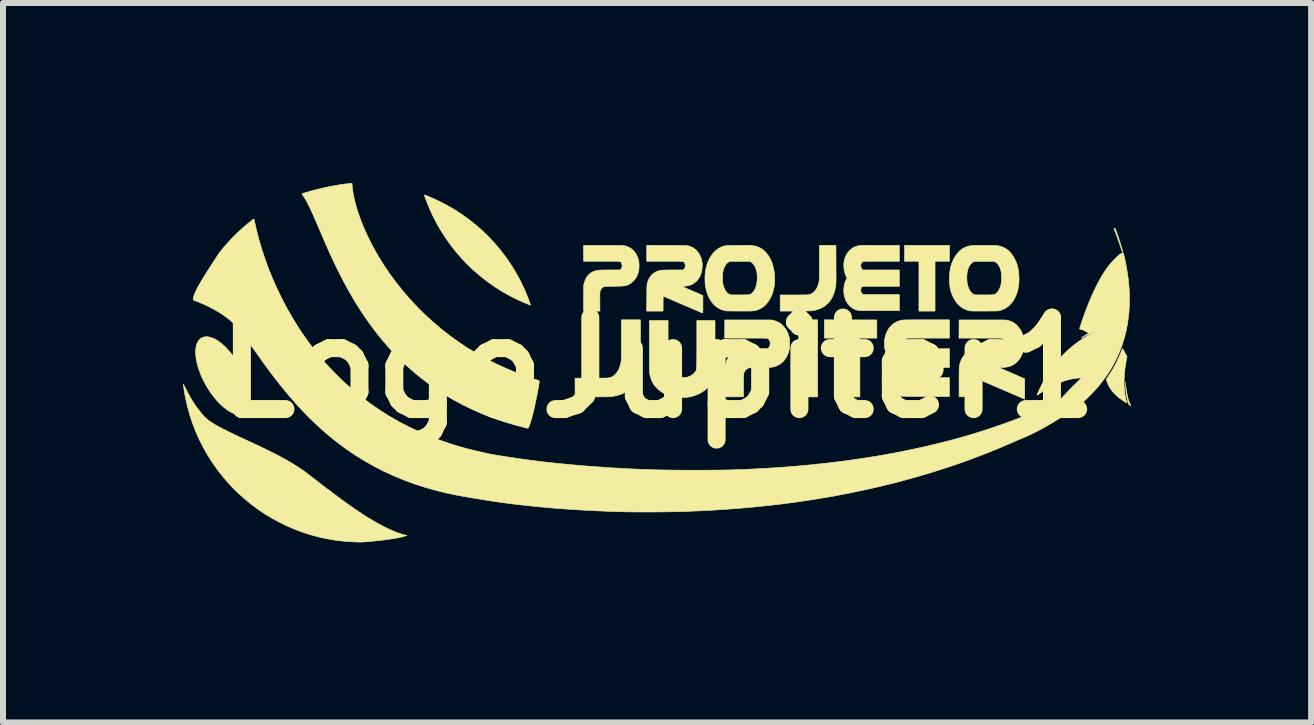
<source format=kicad_pcb>
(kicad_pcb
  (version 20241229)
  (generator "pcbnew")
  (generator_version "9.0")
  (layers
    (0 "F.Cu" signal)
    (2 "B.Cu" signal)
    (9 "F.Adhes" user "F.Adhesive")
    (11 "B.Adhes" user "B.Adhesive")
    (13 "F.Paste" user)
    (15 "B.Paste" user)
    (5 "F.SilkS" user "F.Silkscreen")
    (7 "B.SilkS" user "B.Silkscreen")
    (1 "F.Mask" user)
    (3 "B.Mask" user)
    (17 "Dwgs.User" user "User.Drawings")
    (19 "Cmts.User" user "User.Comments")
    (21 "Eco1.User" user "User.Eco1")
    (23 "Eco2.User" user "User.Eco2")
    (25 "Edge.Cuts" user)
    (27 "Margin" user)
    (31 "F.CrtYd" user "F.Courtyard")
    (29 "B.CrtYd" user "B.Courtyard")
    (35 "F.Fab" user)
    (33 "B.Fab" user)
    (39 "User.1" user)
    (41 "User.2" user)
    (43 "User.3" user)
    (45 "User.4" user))
  (footprint "LogoJupiter1"
    (layer "F.Cu")
    (at 7.911 3.077)
    (property "Reference" "LogoJupiter1" (at 0 0 0) (layer "F.SilkS") (effects (font (size 1.524 1.524) (thickness 0.3))))
    (attr through_hole)
    (fp_poly (pts (xy 2.663 0.486) (xy 2.348 0.486) (xy 2.348 -0.798) (xy 2.663 -0.798) (xy 2.663 0.486)) (stroke (width 0.01) (type solid)) (fill yes) (layer "F.SilkS"))
    (fp_poly (pts (xy 4.859 -1.774) (xy 4.619 -1.774) (xy 4.619 -0.943) (xy 4.351 -0.943) (xy 4.351 -1.774) (xy 4.111 -1.774) (xy 4.111 -2.039) (xy 4.859 -2.039) (xy 4.859 -1.774)) (stroke (width 0.01) (type solid)) (fill yes) (layer "F.SilkS"))
    (fp_poly (pts (xy 7.793 0.244) (xy 7.794 0.255) (xy 7.793 0.262) (xy 7.792 0.264) (xy 7.792 0.259) (xy 7.792 0.252) (xy 7.792 0.244) (xy 7.793 0.242) (xy 7.793 0.244)) (stroke (width 0.01) (type solid)) (fill yes) (layer "F.SilkS"))
    (fp_poly (pts (xy 3.212 -0.797) (xy 3.649 -0.796) (xy 3.65 -0.493) (xy 3.367 -0.493) (xy 3.367 0.486) (xy 3.055 0.486) (xy 3.055 -0.493) (xy 2.776 -0.493) (xy 2.776 -0.798) (xy 3.212 -0.797)) (stroke (width 0.01) (type solid)) (fill yes) (layer "F.SilkS"))
    (fp_poly (pts (xy 7.798 0.305) (xy 7.804 0.356) (xy 7.812 0.405) (xy 7.821 0.452) (xy 7.831 0.496) (xy 7.842 0.535) (xy 7.853 0.568) (xy 7.86 0.584) (xy 7.87 0.605) (xy 7.876 0.62) (xy 7.88 0.628) (xy 7.88 0.631) (xy 7.877 0.63) (xy 7.869 0.626) (xy 7.864 0.623) (xy 7.854 0.617) (xy 7.848 0.61) (xy 7.843 0.599) (xy 7.841 0.595) (xy 7.832 0.568) (xy 7.824 0.535) (xy 7.816 0.498) (xy 7.809 0.459) (xy 7.803 0.418) (xy 7.798 0.379) (xy 7.796 0.342) (xy 7.795 0.308) (xy 7.795 0.305) (xy 7.795 0.274) (xy 7.798 0.305)) (stroke (width 0.01) (type solid)) (fill yes) (layer "F.SilkS"))
    (fp_poly (pts (xy 7.619 -2.323) (xy 7.623 -2.313) (xy 7.629 -2.298) (xy 7.637 -2.278) (xy 7.646 -2.255) (xy 7.655 -2.228) (xy 7.665 -2.199) (xy 7.676 -2.168) (xy 7.686 -2.136) (xy 7.696 -2.104) (xy 7.706 -2.073) (xy 7.716 -2.043) (xy 7.724 -2.015) (xy 7.732 -1.99) (xy 7.737 -1.969) (xy 7.742 -1.952) (xy 7.744 -1.94) (xy 7.745 -1.934) (xy 7.744 -1.933) (xy 7.74 -1.933) (xy 7.738 -1.937) (xy 7.736 -1.942) (xy 7.732 -1.953) (xy 7.727 -1.969) (xy 7.72 -1.988) (xy 7.713 -2.01) (xy 7.709 -2.021) (xy 7.695 -2.061) (xy 7.681 -2.101) (xy 7.667 -2.141) (xy 7.653 -2.179) (xy 7.641 -2.214) (xy 7.629 -2.245) (xy 7.619 -2.27) (xy 7.614 -2.282) (xy 7.608 -2.298) (xy 7.604 -2.309) (xy 7.602 -2.315) (xy 7.602 -2.319) (xy 7.604 -2.322) (xy 7.606 -2.322) (xy 7.613 -2.325) (xy 7.616 -2.326) (xy 7.619 -2.323)) (stroke (width 0.01) (type solid)) (fill yes) (layer "F.SilkS"))
    (fp_poly (pts (xy 7.746 -0.316) (xy 7.751 -0.308) (xy 7.758 -0.295) (xy 7.767 -0.278) (xy 7.778 -0.259) (xy 7.782 -0.251) (xy 7.819 -0.183) (xy 7.814 -0.163) (xy 7.81 -0.147) (xy 7.806 -0.125) (xy 7.801 -0.098) (xy 7.796 -0.069) (xy 7.791 -0.037) (xy 7.787 -0.006) (xy 7.783 0.024) (xy 7.775 0.113) (xy 7.77 0.2) (xy 7.77 0.283) (xy 7.774 0.363) (xy 7.783 0.438) (xy 7.795 0.508) (xy 7.803 0.541) (xy 7.807 0.558) (xy 7.811 0.573) (xy 7.813 0.583) (xy 7.814 0.588) (xy 7.814 0.588) (xy 7.811 0.586) (xy 7.804 0.582) (xy 7.801 0.58) (xy 7.765 0.557) (xy 7.734 0.537) (xy 7.706 0.517) (xy 7.68 0.497) (xy 7.655 0.476) (xy 7.642 0.465) (xy 7.605 0.429) (xy 7.572 0.39) (xy 7.542 0.349) (xy 7.517 0.307) (xy 7.496 0.264) (xy 7.481 0.223) (xy 7.474 0.196) (xy 7.476 0.191) (xy 7.481 0.181) (xy 7.489 0.168) (xy 7.499 0.153) (xy 7.501 0.15) (xy 7.521 0.121) (xy 7.543 0.087) (xy 7.565 0.05) (xy 7.588 0.011) (xy 7.609 -0.026) (xy 7.629 -0.062) (xy 7.638 -0.08) (xy 7.65 -0.105) (xy 7.664 -0.134) (xy 7.678 -0.165) (xy 7.692 -0.196) (xy 7.706 -0.227) (xy 7.717 -0.255) (xy 7.727 -0.28) (xy 7.733 -0.295) (xy 7.737 -0.307) (xy 7.741 -0.316) (xy 7.743 -0.319) (xy 7.743 -0.319) (xy 7.746 -0.316)) (stroke (width 0.01) (type solid)) (fill yes) (layer "F.SilkS"))
    (fp_poly (pts (xy -7.494 -0.515) (xy -7.452 -0.506) (xy -7.408 -0.49) (xy -7.363 -0.468) (xy -7.317 -0.439) (xy -7.271 -0.404) (xy -7.225 -0.364) (xy -7.179 -0.318) (xy -7.134 -0.267) (xy -7.089 -0.211) (xy -7.046 -0.151) (xy -7.031 -0.128) (xy -6.98 -0.045) (xy -6.934 0.041) (xy -6.894 0.128) (xy -6.86 0.215) (xy -6.833 0.302) (xy -6.813 0.388) (xy -6.81 0.404) (xy -6.807 0.422) (xy -6.805 0.438) (xy -6.803 0.456) (xy -6.803 0.476) (xy -6.802 0.501) (xy -6.802 0.524) (xy -6.802 0.551) (xy -6.802 0.572) (xy -6.803 0.588) (xy -6.804 0.601) (xy -6.806 0.613) (xy -6.808 0.624) (xy -6.81 0.632) (xy -6.823 0.671) (xy -6.839 0.705) (xy -6.86 0.732) (xy -6.884 0.754) (xy -6.912 0.769) (xy -6.927 0.774) (xy -6.951 0.779) (xy -6.979 0.78) (xy -7.008 0.778) (xy -7.036 0.772) (xy -7.042 0.771) (xy -7.086 0.755) (xy -7.13 0.732) (xy -7.176 0.703) (xy -7.222 0.668) (xy -7.268 0.628) (xy -7.314 0.583) (xy -7.36 0.533) (xy -7.404 0.479) (xy -7.447 0.422) (xy -7.487 0.361) (xy -7.526 0.297) (xy -7.562 0.231) (xy -7.573 0.209) (xy -7.604 0.143) (xy -7.63 0.077) (xy -7.653 0.014) (xy -7.671 -0.048) (xy -7.685 -0.108) (xy -7.695 -0.166) (xy -7.7 -0.22) (xy -7.701 -0.271) (xy -7.698 -0.319) (xy -7.691 -0.362) (xy -7.679 -0.401) (xy -7.663 -0.435) (xy -7.642 -0.464) (xy -7.636 -0.471) (xy -7.611 -0.491) (xy -7.582 -0.506) (xy -7.551 -0.514) (xy -7.517 -0.517) (xy -7.494 -0.515)) (stroke (width 0.01) (type solid)) (fill yes) (layer "F.SilkS"))
    (fp_poly (pts (xy 2.969 -1.775) (xy 2.969 -1.715) (xy 2.969 -1.661) (xy 2.97 -1.614) (xy 2.97 -1.572) (xy 2.97 -1.536) (xy 2.97 -1.505) (xy 2.97 -1.478) (xy 2.969 -1.455) (xy 2.969 -1.436) (xy 2.969 -1.42) (xy 2.968 -1.406) (xy 2.967 -1.394) (xy 2.967 -1.384) (xy 2.966 -1.375) (xy 2.965 -1.367) (xy 2.963 -1.359) (xy 2.962 -1.351) (xy 2.961 -1.345) (xy 2.949 -1.286) (xy 2.932 -1.232) (xy 2.912 -1.183) (xy 2.887 -1.139) (xy 2.857 -1.099) (xy 2.84 -1.08) (xy 2.805 -1.046) (xy 2.767 -1.018) (xy 2.725 -0.995) (xy 2.679 -0.975) (xy 2.627 -0.96) (xy 2.592 -0.952) (xy 2.585 -0.951) (xy 2.577 -0.95) (xy 2.568 -0.949) (xy 2.557 -0.948) (xy 2.543 -0.947) (xy 2.526 -0.947) (xy 2.506 -0.946) (xy 2.481 -0.946) (xy 2.452 -0.945) (xy 2.417 -0.945) (xy 2.377 -0.945) (xy 2.33 -0.945) (xy 2.3 -0.944) (xy 2.039 -0.943) (xy 2.039 -1.212) (xy 2.262 -1.212) (xy 2.304 -1.212) (xy 2.344 -1.212) (xy 2.381 -1.213) (xy 2.415 -1.213) (xy 2.445 -1.213) (xy 2.47 -1.214) (xy 2.49 -1.214) (xy 2.503 -1.215) (xy 2.509 -1.216) (xy 2.542 -1.224) (xy 2.572 -1.239) (xy 2.599 -1.259) (xy 2.624 -1.286) (xy 2.646 -1.318) (xy 2.663 -1.355) (xy 2.677 -1.397) (xy 2.687 -1.442) (xy 2.688 -1.45) (xy 2.689 -1.459) (xy 2.69 -1.47) (xy 2.69 -1.485) (xy 2.691 -1.502) (xy 2.691 -1.524) (xy 2.692 -1.549) (xy 2.692 -1.579) (xy 2.692 -1.615) (xy 2.692 -1.657) (xy 2.692 -1.704) (xy 2.692 -1.757) (xy 2.692 -2.039) (xy 2.968 -2.039) (xy 2.969 -1.775)) (stroke (width 0.01) (type solid)) (fill yes) (layer "F.SilkS"))
    (fp_poly (pts (xy -3.886 -2.879) (xy -3.876 -2.876) (xy -3.861 -2.87) (xy -3.842 -2.862) (xy -3.82 -2.853) (xy -3.795 -2.842) (xy -3.769 -2.831) (xy -3.743 -2.82) (xy -3.717 -2.808) (xy -3.692 -2.797) (xy -3.669 -2.786) (xy -3.65 -2.777) (xy -3.519 -2.709) (xy -3.391 -2.636) (xy -3.268 -2.556) (xy -3.149 -2.47) (xy -3.034 -2.379) (xy -2.924 -2.283) (xy -2.819 -2.181) (xy -2.719 -2.074) (xy -2.624 -1.962) (xy -2.534 -1.845) (xy -2.452 -1.726) (xy -2.375 -1.602) (xy -2.304 -1.474) (xy -2.239 -1.343) (xy -2.206 -1.268) (xy -2.195 -1.242) (xy -2.184 -1.214) (xy -2.172 -1.186) (xy -2.162 -1.159) (xy -2.151 -1.132) (xy -2.142 -1.107) (xy -2.135 -1.086) (xy -2.128 -1.067) (xy -2.124 -1.053) (xy -2.122 -1.045) (xy -2.122 -1.042) (xy -2.126 -1.043) (xy -2.136 -1.047) (xy -2.146 -1.051) (xy -2.158 -1.056) (xy -2.174 -1.063) (xy -2.193 -1.07) (xy -2.213 -1.079) (xy -2.217 -1.08) (xy -2.236 -1.088) (xy -2.259 -1.098) (xy -2.285 -1.11) (xy -2.312 -1.122) (xy -2.338 -1.134) (xy -2.342 -1.136) (xy -2.471 -1.201) (xy -2.597 -1.272) (xy -2.718 -1.349) (xy -2.836 -1.432) (xy -2.95 -1.521) (xy -3.059 -1.614) (xy -3.164 -1.713) (xy -3.263 -1.817) (xy -3.358 -1.925) (xy -3.447 -2.038) (xy -3.531 -2.155) (xy -3.61 -2.277) (xy -3.682 -2.401) (xy -3.748 -2.53) (xy -3.798 -2.638) (xy -3.807 -2.659) (xy -3.817 -2.683) (xy -3.828 -2.709) (xy -3.838 -2.736) (xy -3.849 -2.763) (xy -3.859 -2.789) (xy -3.868 -2.813) (xy -3.876 -2.835) (xy -3.882 -2.853) (xy -3.887 -2.868) (xy -3.89 -2.877) (xy -3.89 -2.88) (xy -3.886 -2.879)) (stroke (width 0.01) (type solid)) (fill yes) (layer "F.SilkS"))
    (fp_poly (pts (xy 4.859 -0.493) (xy 4.508 -0.493) (xy 4.157 -0.493) (xy 4.142 -0.485) (xy 4.127 -0.473) (xy 4.114 -0.455) (xy 4.106 -0.433) (xy 4.101 -0.41) (xy 4.101 -0.386) (xy 4.102 -0.384) (xy 4.108 -0.364) (xy 4.118 -0.345) (xy 4.13 -0.331) (xy 4.139 -0.324) (xy 4.154 -0.316) (xy 4.859 -0.316) (xy 4.859 -0.004) (xy 4.141 -0.004) (xy 4.131 0.004) (xy 4.124 0.012) (xy 4.116 0.023) (xy 4.112 0.03) (xy 4.107 0.041) (xy 4.104 0.052) (xy 4.103 0.064) (xy 4.102 0.08) (xy 4.102 0.096) (xy 4.104 0.107) (xy 4.106 0.116) (xy 4.111 0.126) (xy 4.113 0.131) (xy 4.126 0.148) (xy 4.139 0.159) (xy 4.153 0.167) (xy 4.506 0.167) (xy 4.859 0.167) (xy 4.859 0.479) (xy 4.48 0.479) (xy 4.428 0.478) (xy 4.378 0.478) (xy 4.329 0.478) (xy 4.284 0.478) (xy 4.241 0.478) (xy 4.203 0.477) (xy 4.169 0.477) (xy 4.139 0.477) (xy 4.115 0.476) (xy 4.097 0.476) (xy 4.085 0.476) (xy 4.08 0.475) (xy 4.032 0.465) (xy 3.987 0.449) (xy 3.945 0.427) (xy 3.907 0.399) (xy 3.873 0.365) (xy 3.844 0.326) (xy 3.819 0.282) (xy 3.799 0.233) (xy 3.796 0.225) (xy 3.788 0.197) (xy 3.782 0.171) (xy 3.779 0.145) (xy 3.777 0.117) (xy 3.776 0.084) (xy 3.776 0.08) (xy 3.778 0.028) (xy 3.785 -0.02) (xy 3.797 -0.066) (xy 3.815 -0.11) (xy 3.825 -0.131) (xy 3.84 -0.159) (xy 3.823 -0.193) (xy 3.802 -0.246) (xy 3.786 -0.3) (xy 3.777 -0.356) (xy 3.775 -0.411) (xy 3.777 -0.448) (xy 3.786 -0.504) (xy 3.8 -0.555) (xy 3.82 -0.603) (xy 3.844 -0.646) (xy 3.874 -0.684) (xy 3.907 -0.718) (xy 3.945 -0.745) (xy 3.986 -0.768) (xy 4.031 -0.784) (xy 4.08 -0.794) (xy 4.084 -0.794) (xy 4.094 -0.795) (xy 4.112 -0.796) (xy 4.137 -0.796) (xy 4.169 -0.797) (xy 4.208 -0.797) (xy 4.255 -0.798) (xy 4.309 -0.798) (xy 4.37 -0.798) (xy 4.438 -0.798) (xy 4.488 -0.798) (xy 4.859 -0.798) (xy 4.859 -0.493)) (stroke (width 0.01) (type solid)) (fill yes) (layer "F.SilkS"))
    (fp_poly (pts (xy -0.289 -0.494) (xy -0.289 -0.427) (xy -0.289 -0.367) (xy -0.289 -0.314) (xy -0.289 -0.266) (xy -0.289 -0.224) (xy -0.289 -0.187) (xy -0.289 -0.155) (xy -0.289 -0.127) (xy -0.289 -0.103) (xy -0.289 -0.083) (xy -0.29 -0.066) (xy -0.29 -0.052) (xy -0.291 -0.039) (xy -0.291 -0.029) (xy -0.292 -0.02) (xy -0.293 -0.012) (xy -0.294 -0.005) (xy -0.295 0.002) (xy -0.296 0.009) (xy -0.297 0.016) (xy -0.312 0.083) (xy -0.33 0.144) (xy -0.354 0.201) (xy -0.381 0.251) (xy -0.389 0.264) (xy -0.424 0.31) (xy -0.463 0.351) (xy -0.506 0.386) (xy -0.554 0.416) (xy -0.606 0.44) (xy -0.663 0.459) (xy -0.725 0.473) (xy -0.792 0.481) (xy -0.808 0.482) (xy -0.82 0.483) (xy -0.837 0.484) (xy -0.86 0.484) (xy -0.887 0.484) (xy -0.918 0.485) (xy -0.952 0.485) (xy -0.989 0.486) (xy -1.027 0.486) (xy -1.066 0.486) (xy -1.106 0.486) (xy -1.145 0.486) (xy -1.184 0.486) (xy -1.22 0.486) (xy -1.255 0.486) (xy -1.286 0.486) (xy -1.314 0.486) (xy -1.338 0.485) (xy -1.356 0.485) (xy -1.369 0.485) (xy -1.376 0.484) (xy -1.376 0.484) (xy -1.377 0.48) (xy -1.377 0.469) (xy -1.378 0.453) (xy -1.378 0.432) (xy -1.379 0.406) (xy -1.379 0.377) (xy -1.379 0.346) (xy -1.379 0.328) (xy -1.379 0.174) (xy -1.108 0.174) (xy -1.054 0.174) (xy -1.007 0.174) (xy -0.966 0.174) (xy -0.931 0.174) (xy -0.901 0.173) (xy -0.876 0.173) (xy -0.855 0.172) (xy -0.837 0.171) (xy -0.822 0.17) (xy -0.81 0.168) (xy -0.8 0.166) (xy -0.791 0.164) (xy -0.783 0.161) (xy -0.775 0.158) (xy -0.768 0.154) (xy -0.762 0.152) (xy -0.742 0.139) (xy -0.721 0.122) (xy -0.7 0.101) (xy -0.681 0.078) (xy -0.666 0.055) (xy -0.664 0.053) (xy -0.644 0.011) (xy -0.627 -0.036) (xy -0.616 -0.074) (xy -0.615 -0.081) (xy -0.614 -0.087) (xy -0.613 -0.093) (xy -0.612 -0.1) (xy -0.611 -0.108) (xy -0.61 -0.117) (xy -0.61 -0.129) (xy -0.609 -0.144) (xy -0.609 -0.161) (xy -0.608 -0.182) (xy -0.608 -0.208) (xy -0.608 -0.237) (xy -0.608 -0.272) (xy -0.607 -0.312) (xy -0.607 -0.358) (xy -0.607 -0.411) (xy -0.607 -0.454) (xy -0.606 -0.798) (xy -0.29 -0.798) (xy -0.289 -0.494)) (stroke (width 0.01) (type solid)) (fill yes) (layer "F.SilkS"))
    (fp_poly (pts (xy 4.024 -1.774) (xy 3.729 -1.774) (xy 3.667 -1.774) (xy 3.612 -1.774) (xy 3.565 -1.774) (xy 3.524 -1.774) (xy 3.49 -1.773) (xy 3.464 -1.773) (xy 3.444 -1.772) (xy 3.43 -1.771) (xy 3.423 -1.771) (xy 3.423 -1.771) (xy 3.406 -1.76) (xy 3.393 -1.745) (xy 3.385 -1.724) (xy 3.382 -1.7) (xy 3.382 -1.699) (xy 3.385 -1.675) (xy 3.393 -1.655) (xy 3.407 -1.639) (xy 3.407 -1.639) (xy 3.419 -1.629) (xy 4.024 -1.629) (xy 4.024 -1.357) (xy 3.718 -1.357) (xy 3.663 -1.357) (xy 3.615 -1.357) (xy 3.573 -1.357) (xy 3.536 -1.357) (xy 3.506 -1.357) (xy 3.48 -1.357) (xy 3.459 -1.356) (xy 3.441 -1.355) (xy 3.427 -1.354) (xy 3.417 -1.353) (xy 3.409 -1.351) (xy 3.403 -1.349) (xy 3.399 -1.347) (xy 3.396 -1.344) (xy 3.394 -1.341) (xy 3.392 -1.337) (xy 3.391 -1.332) (xy 3.39 -1.33) (xy 3.383 -1.308) (xy 3.381 -1.285) (xy 3.385 -1.263) (xy 3.395 -1.243) (xy 3.407 -1.229) (xy 3.419 -1.219) (xy 4.024 -1.219) (xy 4.024 -0.951) (xy 3.689 -0.951) (xy 3.632 -0.951) (xy 3.582 -0.951) (xy 3.538 -0.951) (xy 3.5 -0.951) (xy 3.467 -0.951) (xy 3.439 -0.952) (xy 3.416 -0.952) (xy 3.396 -0.952) (xy 3.38 -0.953) (xy 3.367 -0.953) (xy 3.356 -0.954) (xy 3.348 -0.954) (xy 3.341 -0.955) (xy 3.335 -0.956) (xy 3.33 -0.957) (xy 3.327 -0.958) (xy 3.284 -0.972) (xy 3.245 -0.992) (xy 3.21 -1.018) (xy 3.179 -1.05) (xy 3.152 -1.086) (xy 3.131 -1.127) (xy 3.114 -1.172) (xy 3.104 -1.215) (xy 3.099 -1.266) (xy 3.099 -1.318) (xy 3.106 -1.369) (xy 3.119 -1.418) (xy 3.138 -1.465) (xy 3.14 -1.468) (xy 3.153 -1.494) (xy 3.143 -1.514) (xy 3.124 -1.556) (xy 3.11 -1.602) (xy 3.102 -1.65) (xy 3.099 -1.699) (xy 3.101 -1.748) (xy 3.109 -1.796) (xy 3.118 -1.828) (xy 3.136 -1.87) (xy 3.159 -1.909) (xy 3.187 -1.944) (xy 3.218 -1.974) (xy 3.253 -1.999) (xy 3.29 -2.017) (xy 3.318 -2.026) (xy 3.327 -2.029) (xy 3.337 -2.031) (xy 3.347 -2.032) (xy 3.359 -2.034) (xy 3.374 -2.035) (xy 3.391 -2.036) (xy 3.41 -2.037) (xy 3.434 -2.037) (xy 3.461 -2.038) (xy 3.493 -2.038) (xy 3.53 -2.039) (xy 3.573 -2.039) (xy 3.621 -2.039) (xy 3.676 -2.039) (xy 3.715 -2.039) (xy 4.024 -2.039) (xy 4.024 -1.774)) (stroke (width 0.01) (type solid)) (fill yes) (layer "F.SilkS"))
    (fp_poly (pts (xy -0.87 -2.039) (xy -0.816 -2.039) (xy -0.77 -2.039) (xy -0.729 -2.039) (xy -0.693 -2.038) (xy -0.663 -2.038) (xy -0.636 -2.037) (xy -0.614 -2.036) (xy -0.595 -2.035) (xy -0.578 -2.034) (xy -0.565 -2.033) (xy -0.553 -2.031) (xy -0.543 -2.029) (xy -0.533 -2.027) (xy -0.524 -2.025) (xy -0.523 -2.024) (xy -0.483 -2.008) (xy -0.446 -1.986) (xy -0.412 -1.958) (xy -0.383 -1.924) (xy -0.358 -1.886) (xy -0.338 -1.843) (xy -0.324 -1.801) (xy -0.318 -1.772) (xy -0.314 -1.739) (xy -0.312 -1.704) (xy -0.313 -1.671) (xy -0.315 -1.64) (xy -0.316 -1.636) (xy -0.326 -1.588) (xy -0.341 -1.543) (xy -0.362 -1.502) (xy -0.388 -1.465) (xy -0.418 -1.433) (xy -0.452 -1.406) (xy -0.481 -1.39) (xy -0.494 -1.383) (xy -0.507 -1.377) (xy -0.519 -1.373) (xy -0.531 -1.369) (xy -0.544 -1.366) (xy -0.559 -1.364) (xy -0.577 -1.362) (xy -0.598 -1.36) (xy -0.624 -1.359) (xy -0.654 -1.359) (xy -0.69 -1.358) (xy -0.728 -1.357) (xy -0.766 -1.357) (xy -0.799 -1.356) (xy -0.825 -1.356) (xy -0.846 -1.355) (xy -0.863 -1.354) (xy -0.876 -1.353) (xy -0.885 -1.352) (xy -0.892 -1.351) (xy -0.897 -1.35) (xy -0.901 -1.349) (xy -0.923 -1.335) (xy -0.942 -1.315) (xy -0.956 -1.291) (xy -0.962 -1.274) (xy -0.963 -1.267) (xy -0.964 -1.257) (xy -0.965 -1.242) (xy -0.965 -1.223) (xy -0.966 -1.198) (xy -0.966 -1.168) (xy -0.966 -1.131) (xy -0.965 -1.1) (xy -0.965 -0.943) (xy -1.238 -0.943) (xy -1.236 -1.16) (xy -1.235 -1.377) (xy -1.225 -1.413) (xy -1.21 -1.459) (xy -1.19 -1.5) (xy -1.165 -1.535) (xy -1.135 -1.565) (xy -1.101 -1.589) (xy -1.062 -1.607) (xy -1.019 -1.619) (xy -0.98 -1.625) (xy -0.968 -1.626) (xy -0.95 -1.627) (xy -0.927 -1.628) (xy -0.899 -1.628) (xy -0.868 -1.629) (xy -0.835 -1.629) (xy -0.801 -1.629) (xy -0.787 -1.629) (xy -0.631 -1.629) (xy -0.617 -1.642) (xy -0.606 -1.655) (xy -0.599 -1.668) (xy -0.596 -1.685) (xy -0.596 -1.707) (xy -0.599 -1.73) (xy -0.607 -1.748) (xy -0.619 -1.762) (xy -0.629 -1.767) (xy -0.631 -1.769) (xy -0.634 -1.77) (xy -0.638 -1.771) (xy -0.644 -1.771) (xy -0.651 -1.772) (xy -0.66 -1.773) (xy -0.673 -1.773) (xy -0.689 -1.774) (xy -0.708 -1.774) (xy -0.732 -1.774) (xy -0.761 -1.774) (xy -0.795 -1.774) (xy -0.835 -1.774) (xy -0.881 -1.774) (xy -0.934 -1.774) (xy -1.237 -1.774) (xy -1.237 -2.039) (xy -0.929 -2.039) (xy -0.87 -2.039)) (stroke (width 0.01) (type solid)) (fill yes) (layer "F.SilkS"))
    (fp_poly (pts (xy 0.953 -0.786) (xy 0.953 -0.291) (xy 0.952 -0.232) (xy 0.952 -0.179) (xy 0.952 -0.132) (xy 0.952 -0.09) (xy 0.952 -0.054) (xy 0.952 -0.022) (xy 0.951 0.005) (xy 0.951 0.029) (xy 0.95 0.049) (xy 0.949 0.066) (xy 0.948 0.081) (xy 0.947 0.093) (xy 0.946 0.104) (xy 0.945 0.114) (xy 0.943 0.123) (xy 0.941 0.131) (xy 0.939 0.14) (xy 0.936 0.149) (xy 0.934 0.154) (xy 0.916 0.205) (xy 0.892 0.253) (xy 0.861 0.297) (xy 0.825 0.338) (xy 0.784 0.374) (xy 0.737 0.407) (xy 0.687 0.435) (xy 0.631 0.458) (xy 0.572 0.477) (xy 0.51 0.49) (xy 0.497 0.492) (xy 0.477 0.494) (xy 0.452 0.495) (xy 0.424 0.496) (xy 0.395 0.497) (xy 0.366 0.496) (xy 0.339 0.496) (xy 0.317 0.494) (xy 0.308 0.493) (xy 0.243 0.482) (xy 0.182 0.464) (xy 0.125 0.441) (xy 0.072 0.411) (xy 0.024 0.376) (xy -0.015 0.341) (xy -0.048 0.304) (xy -0.075 0.266) (xy -0.097 0.225) (xy -0.115 0.18) (xy -0.125 0.143) (xy -0.128 0.133) (xy -0.13 0.123) (xy -0.132 0.112) (xy -0.134 0.101) (xy -0.135 0.088) (xy -0.136 0.073) (xy -0.138 0.057) (xy -0.139 0.037) (xy -0.139 0.015) (xy -0.14 -0.011) (xy -0.14 -0.041) (xy -0.141 -0.075) (xy -0.141 -0.114) (xy -0.141 -0.158) (xy -0.141 -0.208) (xy -0.141 -0.263) (xy -0.141 -0.326) (xy -0.141 -0.385) (xy -0.14 -0.786) (xy 0.171 -0.787) (xy 0.171 -0.395) (xy 0.171 -0.331) (xy 0.171 -0.274) (xy 0.171 -0.223) (xy 0.171 -0.179) (xy 0.171 -0.14) (xy 0.171 -0.106) (xy 0.171 -0.077) (xy 0.172 -0.052) (xy 0.173 -0.031) (xy 0.173 -0.014) (xy 0.174 0.001) (xy 0.175 0.012) (xy 0.177 0.022) (xy 0.178 0.03) (xy 0.18 0.036) (xy 0.183 0.042) (xy 0.185 0.047) (xy 0.188 0.052) (xy 0.191 0.057) (xy 0.191 0.058) (xy 0.21 0.084) (xy 0.235 0.107) (xy 0.265 0.127) (xy 0.299 0.143) (xy 0.336 0.155) (xy 0.36 0.16) (xy 0.38 0.162) (xy 0.405 0.163) (xy 0.431 0.162) (xy 0.457 0.161) (xy 0.48 0.158) (xy 0.499 0.155) (xy 0.499 0.155) (xy 0.531 0.143) (xy 0.561 0.128) (xy 0.588 0.108) (xy 0.611 0.086) (xy 0.627 0.065) (xy 0.63 0.059) (xy 0.633 0.054) (xy 0.636 0.049) (xy 0.638 0.043) (xy 0.641 0.037) (xy 0.642 0.029) (xy 0.644 0.02) (xy 0.645 0.009) (xy 0.646 -0.005) (xy 0.647 -0.021) (xy 0.648 -0.041) (xy 0.648 -0.064) (xy 0.649 -0.092) (xy 0.649 -0.124) (xy 0.649 -0.162) (xy 0.649 -0.204) (xy 0.65 -0.253) (xy 0.65 -0.307) (xy 0.65 -0.369) (xy 0.65 -0.393) (xy 0.65 -0.787) (xy 0.953 -0.786)) (stroke (width 0.01) (type solid)) (fill yes) (layer "F.SilkS"))
    (fp_poly (pts (xy 0.148 -2.038) (xy 0.206 -2.038) (xy 0.258 -2.038) (xy 0.303 -2.038) (xy 0.342 -2.037) (xy 0.377 -2.037) (xy 0.406 -2.037) (xy 0.431 -2.036) (xy 0.452 -2.035) (xy 0.469 -2.034) (xy 0.484 -2.033) (xy 0.497 -2.032) (xy 0.507 -2.031) (xy 0.516 -2.029) (xy 0.524 -2.027) (xy 0.531 -2.024) (xy 0.539 -2.021) (xy 0.547 -2.018) (xy 0.551 -2.016) (xy 0.59 -1.997) (xy 0.626 -1.971) (xy 0.657 -1.94) (xy 0.684 -1.903) (xy 0.707 -1.862) (xy 0.721 -1.827) (xy 0.732 -1.784) (xy 0.739 -1.738) (xy 0.74 -1.69) (xy 0.737 -1.643) (xy 0.729 -1.598) (xy 0.721 -1.569) (xy 0.702 -1.524) (xy 0.678 -1.483) (xy 0.65 -1.448) (xy 0.617 -1.418) (xy 0.581 -1.394) (xy 0.572 -1.389) (xy 0.54 -1.376) (xy 0.506 -1.367) (xy 0.468 -1.36) (xy 0.442 -1.358) (xy 0.399 -1.355) (xy 0.545 -1.292) (xy 0.577 -1.278) (xy 0.608 -1.265) (xy 0.637 -1.252) (xy 0.663 -1.241) (xy 0.686 -1.231) (xy 0.704 -1.223) (xy 0.717 -1.217) (xy 0.721 -1.215) (xy 0.751 -1.202) (xy 0.751 -1.056) (xy 0.751 -1.018) (xy 0.751 -0.987) (xy 0.751 -0.962) (xy 0.75 -0.943) (xy 0.75 -0.929) (xy 0.749 -0.919) (xy 0.748 -0.913) (xy 0.747 -0.911) (xy 0.747 -0.911) (xy 0.743 -0.913) (xy 0.733 -0.917) (xy 0.717 -0.923) (xy 0.696 -0.932) (xy 0.67 -0.943) (xy 0.639 -0.956) (xy 0.605 -0.971) (xy 0.567 -0.987) (xy 0.527 -1.005) (xy 0.483 -1.023) (xy 0.438 -1.043) (xy 0.415 -1.052) (xy 0.089 -1.193) (xy 0.088 -1.068) (xy 0.087 -0.943) (xy -0.186 -0.943) (xy -0.184 -1.158) (xy -0.184 -1.204) (xy -0.183 -1.243) (xy -0.183 -1.277) (xy -0.183 -1.304) (xy -0.182 -1.327) (xy -0.182 -1.346) (xy -0.181 -1.361) (xy -0.18 -1.373) (xy -0.179 -1.383) (xy -0.178 -1.391) (xy -0.177 -1.398) (xy -0.176 -1.401) (xy -0.162 -1.448) (xy -0.143 -1.49) (xy -0.119 -1.526) (xy -0.091 -1.557) (xy -0.058 -1.583) (xy -0.02 -1.603) (xy 0.022 -1.617) (xy 0.069 -1.625) (xy 0.072 -1.625) (xy 0.084 -1.626) (xy 0.102 -1.627) (xy 0.125 -1.628) (xy 0.153 -1.628) (xy 0.184 -1.629) (xy 0.217 -1.629) (xy 0.251 -1.629) (xy 0.265 -1.629) (xy 0.421 -1.629) (xy 0.435 -1.642) (xy 0.446 -1.655) (xy 0.453 -1.668) (xy 0.457 -1.685) (xy 0.457 -1.707) (xy 0.455 -1.723) (xy 0.452 -1.735) (xy 0.447 -1.745) (xy 0.446 -1.748) (xy 0.443 -1.752) (xy 0.44 -1.757) (xy 0.437 -1.76) (xy 0.434 -1.763) (xy 0.429 -1.766) (xy 0.423 -1.768) (xy 0.415 -1.77) (xy 0.405 -1.771) (xy 0.391 -1.772) (xy 0.374 -1.773) (xy 0.353 -1.774) (xy 0.328 -1.774) (xy 0.297 -1.774) (xy 0.262 -1.774) (xy 0.221 -1.774) (xy 0.173 -1.774) (xy 0.119 -1.774) (xy -0.185 -1.774) (xy -0.185 -2.04) (xy 0.148 -2.038)) (stroke (width 0.01) (type solid)) (fill yes) (layer "F.SilkS"))
    (fp_poly (pts (xy -7.905 0.276) (xy -7.901 0.284) (xy -7.894 0.296) (xy -7.885 0.313) (xy -7.875 0.333) (xy -7.866 0.35) (xy -7.83 0.421) (xy -7.794 0.486) (xy -7.759 0.546) (xy -7.723 0.602) (xy -7.687 0.655) (xy -7.648 0.706) (xy -7.608 0.756) (xy -7.577 0.792) (xy -7.559 0.811) (xy -7.541 0.83) (xy -7.522 0.848) (xy -7.501 0.866) (xy -7.478 0.883) (xy -7.452 0.902) (xy -7.424 0.92) (xy -7.393 0.94) (xy -7.359 0.96) (xy -7.32 0.981) (xy -7.278 1.004) (xy -7.231 1.028) (xy -7.179 1.054) (xy -7.122 1.082) (xy -7.06 1.112) (xy -6.991 1.144) (xy -6.917 1.179) (xy -6.898 1.187) (xy -6.811 1.228) (xy -6.73 1.266) (xy -6.654 1.301) (xy -6.584 1.335) (xy -6.519 1.366) (xy -6.459 1.396) (xy -6.402 1.424) (xy -6.35 1.451) (xy -6.3 1.477) (xy -6.253 1.503) (xy -6.208 1.527) (xy -6.165 1.552) (xy -6.123 1.576) (xy -6.083 1.601) (xy -6.043 1.625) (xy -6.002 1.651) (xy -5.996 1.655) (xy -5.977 1.667) (xy -5.96 1.678) (xy -5.943 1.69) (xy -5.926 1.702) (xy -5.908 1.714) (xy -5.889 1.728) (xy -5.868 1.743) (xy -5.845 1.761) (xy -5.818 1.781) (xy -5.788 1.804) (xy -5.753 1.831) (xy -5.714 1.862) (xy -5.704 1.869) (xy -5.606 1.945) (xy -5.513 2.016) (xy -5.425 2.082) (xy -5.342 2.145) (xy -5.262 2.203) (xy -5.187 2.258) (xy -5.115 2.309) (xy -5.046 2.356) (xy -4.98 2.401) (xy -4.917 2.443) (xy -4.856 2.482) (xy -4.797 2.518) (xy -4.739 2.553) (xy -4.683 2.585) (xy -4.627 2.615) (xy -4.573 2.644) (xy -4.563 2.649) (xy -4.508 2.677) (xy -4.453 2.702) (xy -4.399 2.725) (xy -4.348 2.746) (xy -4.299 2.763) (xy -4.254 2.778) (xy -4.215 2.788) (xy -4.211 2.789) (xy -4.182 2.795) (xy -4.219 2.807) (xy -4.252 2.817) (xy -4.291 2.826) (xy -4.337 2.836) (xy -4.389 2.845) (xy -4.447 2.854) (xy -4.509 2.863) (xy -4.576 2.872) (xy -4.647 2.88) (xy -4.722 2.888) (xy -4.799 2.895) (xy -4.873 2.901) (xy -4.895 2.903) (xy -4.914 2.904) (xy -4.93 2.905) (xy -4.945 2.905) (xy -4.961 2.906) (xy -4.979 2.905) (xy -4.999 2.905) (xy -5.024 2.904) (xy -5.055 2.903) (xy -5.064 2.903) (xy -5.208 2.894) (xy -5.351 2.878) (xy -5.493 2.854) (xy -5.634 2.825) (xy -5.772 2.788) (xy -5.909 2.745) (xy -6.043 2.695) (xy -6.175 2.639) (xy -6.304 2.576) (xy -6.429 2.508) (xy -6.552 2.434) (xy -6.671 2.353) (xy -6.786 2.267) (xy -6.897 2.175) (xy -7.004 2.078) (xy -7.106 1.976) (xy -7.204 1.868) (xy -7.25 1.812) (xy -7.34 1.697) (xy -7.424 1.578) (xy -7.502 1.455) (xy -7.574 1.328) (xy -7.639 1.199) (xy -7.699 1.066) (xy -7.751 0.93) (xy -7.797 0.793) (xy -7.836 0.653) (xy -7.868 0.511) (xy -7.874 0.483) (xy -7.877 0.465) (xy -7.881 0.445) (xy -7.885 0.421) (xy -7.889 0.396) (xy -7.893 0.371) (xy -7.897 0.346) (xy -7.9 0.323) (xy -7.903 0.304) (xy -7.905 0.288) (xy -7.906 0.278) (xy -7.906 0.274) (xy -7.905 0.276)) (stroke (width 0.01) (type solid)) (fill yes) (layer "F.SilkS"))
    (fp_poly (pts (xy 1.928 -0.788) (xy 1.971 -0.775) (xy 2.008 -0.759) (xy 2.041 -0.738) (xy 2.073 -0.711) (xy 2.091 -0.693) (xy 2.122 -0.655) (xy 2.148 -0.614) (xy 2.169 -0.569) (xy 2.185 -0.519) (xy 2.189 -0.503) (xy 2.193 -0.481) (xy 2.195 -0.453) (xy 2.197 -0.422) (xy 2.197 -0.391) (xy 2.196 -0.36) (xy 2.194 -0.331) (xy 2.191 -0.308) (xy 2.19 -0.305) (xy 2.178 -0.258) (xy 2.163 -0.217) (xy 2.144 -0.178) (xy 2.123 -0.146) (xy 2.093 -0.108) (xy 2.059 -0.077) (xy 2.022 -0.051) (xy 1.981 -0.031) (xy 1.934 -0.015) (xy 1.934 -0.015) (xy 1.926 -0.013) (xy 1.919 -0.011) (xy 1.912 -0.01) (xy 1.903 -0.009) (xy 1.894 -0.008) (xy 1.882 -0.007) (xy 1.867 -0.006) (xy 1.849 -0.006) (xy 1.826 -0.005) (xy 1.798 -0.005) (xy 1.765 -0.004) (xy 1.725 -0.004) (xy 1.714 -0.004) (xy 1.672 -0.003) (xy 1.635 -0.003) (xy 1.605 -0.002) (xy 1.58 -0.002) (xy 1.559 -0.001) (xy 1.543 0.000395) (xy 1.53 0.002) (xy 1.519 0.004) (xy 1.511 0.006) (xy 1.503 0.009) (xy 1.497 0.012) (xy 1.49 0.016) (xy 1.483 0.021) (xy 1.482 0.022) (xy 1.464 0.039) (xy 1.447 0.061) (xy 1.436 0.086) (xy 1.434 0.091) (xy 1.433 0.096) (xy 1.432 0.102) (xy 1.431 0.109) (xy 1.43 0.118) (xy 1.429 0.13) (xy 1.429 0.145) (xy 1.428 0.164) (xy 1.428 0.188) (xy 1.428 0.217) (xy 1.428 0.252) (xy 1.428 0.293) (xy 1.428 0.296) (xy 1.428 0.484) (xy 1.273 0.485) (xy 1.241 0.486) (xy 1.21 0.486) (xy 1.183 0.485) (xy 1.159 0.485) (xy 1.14 0.485) (xy 1.126 0.485) (xy 1.118 0.484) (xy 1.116 0.484) (xy 1.116 0.48) (xy 1.115 0.469) (xy 1.115 0.453) (xy 1.115 0.431) (xy 1.114 0.405) (xy 1.114 0.376) (xy 1.114 0.344) (xy 1.114 0.31) (xy 1.114 0.274) (xy 1.114 0.238) (xy 1.114 0.202) (xy 1.115 0.167) (xy 1.115 0.134) (xy 1.115 0.103) (xy 1.116 0.075) (xy 1.116 0.051) (xy 1.117 0.032) (xy 1.117 0.018) (xy 1.118 0.013) (xy 1.125 -0.041) (xy 1.138 -0.091) (xy 1.155 -0.136) (xy 1.178 -0.177) (xy 1.205 -0.213) (xy 1.237 -0.243) (xy 1.274 -0.269) (xy 1.315 -0.288) (xy 1.32 -0.29) (xy 1.333 -0.295) (xy 1.345 -0.299) (xy 1.356 -0.302) (xy 1.367 -0.305) (xy 1.379 -0.307) (xy 1.392 -0.309) (xy 1.408 -0.311) (xy 1.427 -0.312) (xy 1.448 -0.313) (xy 1.474 -0.314) (xy 1.505 -0.314) (xy 1.542 -0.315) (xy 1.584 -0.315) (xy 1.617 -0.315) (xy 1.828 -0.318) (xy 1.842 -0.329) (xy 1.852 -0.339) (xy 1.861 -0.351) (xy 1.863 -0.354) (xy 1.868 -0.368) (xy 1.871 -0.387) (xy 1.872 -0.408) (xy 1.871 -0.427) (xy 1.869 -0.437) (xy 1.862 -0.453) (xy 1.851 -0.468) (xy 1.839 -0.481) (xy 1.826 -0.489) (xy 1.823 -0.489) (xy 1.818 -0.49) (xy 1.81 -0.491) (xy 1.799 -0.491) (xy 1.785 -0.492) (xy 1.767 -0.492) (xy 1.745 -0.493) (xy 1.719 -0.493) (xy 1.687 -0.493) (xy 1.65 -0.493) (xy 1.607 -0.493) (xy 1.558 -0.493) (xy 1.502 -0.493) (xy 1.464 -0.493) (xy 1.114 -0.493) (xy 1.116 -0.796) (xy 1.896 -0.796) (xy 1.928 -0.788)) (stroke (width 0.01) (type solid)) (fill yes) (layer "F.SilkS"))
    (fp_poly (pts (xy 5.463 -2.039) (xy 5.499 -2.039) (xy 5.533 -2.039) (xy 5.565 -2.038) (xy 5.593 -2.038) (xy 5.616 -2.037) (xy 5.635 -2.036) (xy 5.644 -2.036) (xy 5.695 -2.027) (xy 5.742 -2.012) (xy 5.787 -1.991) (xy 5.828 -1.963) (xy 5.865 -1.929) (xy 5.899 -1.889) (xy 5.911 -1.872) (xy 5.942 -1.82) (xy 5.968 -1.766) (xy 5.988 -1.71) (xy 6.003 -1.65) (xy 6.013 -1.586) (xy 6.018 -1.517) (xy 6.019 -1.509) (xy 6.018 -1.436) (xy 6.012 -1.366) (xy 6 -1.3) (xy 5.982 -1.239) (xy 5.958 -1.18) (xy 5.928 -1.126) (xy 5.919 -1.112) (xy 5.887 -1.07) (xy 5.851 -1.033) (xy 5.811 -1.002) (xy 5.768 -0.978) (xy 5.722 -0.96) (xy 5.673 -0.948) (xy 5.667 -0.947) (xy 5.658 -0.947) (xy 5.644 -0.946) (xy 5.624 -0.946) (xy 5.599 -0.945) (xy 5.57 -0.945) (xy 5.539 -0.945) (xy 5.504 -0.944) (xy 5.469 -0.944) (xy 5.433 -0.944) (xy 5.397 -0.944) (xy 5.362 -0.944) (xy 5.329 -0.944) (xy 5.298 -0.944) (xy 5.271 -0.944) (xy 5.249 -0.945) (xy 5.232 -0.945) (xy 5.22 -0.946) (xy 5.218 -0.946) (xy 5.194 -0.95) (xy 5.167 -0.957) (xy 5.14 -0.966) (xy 5.114 -0.976) (xy 5.109 -0.978) (xy 5.067 -1.002) (xy 5.028 -1.032) (xy 4.992 -1.068) (xy 4.96 -1.11) (xy 4.931 -1.159) (xy 4.923 -1.174) (xy 4.901 -1.224) (xy 4.884 -1.275) (xy 4.871 -1.33) (xy 4.863 -1.388) (xy 4.859 -1.451) (xy 4.859 -1.482) (xy 4.859 -1.502) (xy 5.149 -1.502) (xy 5.15 -1.454) (xy 5.155 -1.413) (xy 5.162 -1.375) (xy 5.173 -1.339) (xy 5.187 -1.308) (xy 5.206 -1.275) (xy 5.226 -1.249) (xy 5.249 -1.23) (xy 5.273 -1.219) (xy 5.284 -1.216) (xy 5.291 -1.215) (xy 5.305 -1.214) (xy 5.323 -1.214) (xy 5.347 -1.213) (xy 5.374 -1.213) (xy 5.404 -1.213) (xy 5.436 -1.213) (xy 5.448 -1.213) (xy 5.485 -1.213) (xy 5.515 -1.213) (xy 5.54 -1.214) (xy 5.559 -1.214) (xy 5.574 -1.215) (xy 5.586 -1.215) (xy 5.595 -1.216) (xy 5.601 -1.217) (xy 5.606 -1.218) (xy 5.611 -1.22) (xy 5.615 -1.222) (xy 5.634 -1.234) (xy 5.653 -1.253) (xy 5.672 -1.276) (xy 5.688 -1.303) (xy 5.702 -1.334) (xy 5.711 -1.359) (xy 5.721 -1.4) (xy 5.727 -1.445) (xy 5.729 -1.492) (xy 5.728 -1.54) (xy 5.723 -1.585) (xy 5.714 -1.627) (xy 5.711 -1.638) (xy 5.699 -1.67) (xy 5.684 -1.699) (xy 5.666 -1.725) (xy 5.647 -1.745) (xy 5.627 -1.76) (xy 5.62 -1.764) (xy 5.601 -1.773) (xy 5.274 -1.773) (xy 5.255 -1.762) (xy 5.23 -1.745) (xy 5.209 -1.722) (xy 5.19 -1.692) (xy 5.189 -1.691) (xy 5.174 -1.658) (xy 5.162 -1.623) (xy 5.155 -1.586) (xy 5.15 -1.545) (xy 5.149 -1.502) (xy 4.859 -1.502) (xy 4.861 -1.555) (xy 4.869 -1.622) (xy 4.882 -1.685) (xy 4.901 -1.745) (xy 4.925 -1.801) (xy 4.954 -1.854) (xy 4.963 -1.867) (xy 4.996 -1.911) (xy 5.032 -1.948) (xy 5.07 -1.978) (xy 5.112 -2.002) (xy 5.156 -2.02) (xy 5.205 -2.032) (xy 5.235 -2.036) (xy 5.249 -2.036) (xy 5.268 -2.037) (xy 5.293 -2.038) (xy 5.323 -2.038) (xy 5.355 -2.039) (xy 5.39 -2.039) (xy 5.426 -2.039) (xy 5.463 -2.039)) (stroke (width 0.01) (type solid)) (fill yes) (layer "F.SilkS"))
    (fp_poly (pts (xy 5.47 -0.796) (xy 5.525 -0.796) (xy 5.574 -0.796) (xy 5.616 -0.796) (xy 5.653 -0.796) (xy 5.685 -0.796) (xy 5.713 -0.796) (xy 5.736 -0.796) (xy 5.755 -0.795) (xy 5.771 -0.795) (xy 5.784 -0.794) (xy 5.795 -0.794) (xy 5.804 -0.793) (xy 5.811 -0.792) (xy 5.816 -0.792) (xy 5.822 -0.791) (xy 5.826 -0.79) (xy 5.867 -0.778) (xy 5.904 -0.763) (xy 5.936 -0.744) (xy 5.968 -0.72) (xy 5.979 -0.71) (xy 6.013 -0.673) (xy 6.042 -0.631) (xy 6.066 -0.585) (xy 6.083 -0.536) (xy 6.096 -0.484) (xy 6.102 -0.43) (xy 6.102 -0.374) (xy 6.1 -0.357) (xy 6.092 -0.3) (xy 6.078 -0.247) (xy 6.059 -0.199) (xy 6.033 -0.155) (xy 6.002 -0.116) (xy 5.983 -0.096) (xy 5.954 -0.07) (xy 5.924 -0.05) (xy 5.892 -0.033) (xy 5.857 -0.021) (xy 5.819 -0.012) (xy 5.776 -0.006) (xy 5.74 -0.004) (xy 5.683 -0.002) (xy 5.898 0.091) (xy 6.112 0.185) (xy 6.113 0.354) (xy 6.113 0.388) (xy 6.113 0.42) (xy 6.113 0.449) (xy 6.113 0.474) (xy 6.113 0.494) (xy 6.112 0.51) (xy 6.112 0.519) (xy 6.111 0.522) (xy 6.108 0.521) (xy 6.098 0.517) (xy 6.082 0.51) (xy 6.061 0.501) (xy 6.035 0.49) (xy 6.004 0.477) (xy 5.97 0.462) (xy 5.931 0.445) (xy 5.889 0.427) (xy 5.844 0.408) (xy 5.797 0.388) (xy 5.748 0.366) (xy 5.722 0.355) (xy 5.672 0.334) (xy 5.624 0.313) (xy 5.578 0.293) (xy 5.534 0.274) (xy 5.494 0.257) (xy 5.457 0.241) (xy 5.424 0.227) (xy 5.396 0.215) (xy 5.372 0.205) (xy 5.354 0.197) (xy 5.341 0.192) (xy 5.334 0.189) (xy 5.333 0.189) (xy 5.333 0.192) (xy 5.332 0.202) (xy 5.331 0.218) (xy 5.331 0.239) (xy 5.331 0.264) (xy 5.331 0.292) (xy 5.33 0.323) (xy 5.33 0.337) (xy 5.33 0.486) (xy 5.175 0.485) (xy 5.02 0.484) (xy 5.02 0.241) (xy 5.02 0.19) (xy 5.02 0.145) (xy 5.02 0.107) (xy 5.021 0.074) (xy 5.021 0.046) (xy 5.022 0.021) (xy 5.023 0.001) (xy 5.024 -0.016) (xy 5.026 -0.032) (xy 5.028 -0.045) (xy 5.031 -0.057) (xy 5.034 -0.068) (xy 5.037 -0.08) (xy 5.041 -0.092) (xy 5.045 -0.103) (xy 5.065 -0.148) (xy 5.089 -0.187) (xy 5.118 -0.222) (xy 5.152 -0.252) (xy 5.19 -0.276) (xy 5.231 -0.293) (xy 5.243 -0.297) (xy 5.254 -0.301) (xy 5.265 -0.304) (xy 5.276 -0.306) (xy 5.288 -0.308) (xy 5.302 -0.31) (xy 5.318 -0.311) (xy 5.337 -0.312) (xy 5.36 -0.313) (xy 5.387 -0.314) (xy 5.419 -0.314) (xy 5.456 -0.315) (xy 5.5 -0.315) (xy 5.521 -0.315) (xy 5.732 -0.318) (xy 5.745 -0.327) (xy 5.754 -0.337) (xy 5.763 -0.349) (xy 5.768 -0.357) (xy 5.773 -0.368) (xy 5.776 -0.378) (xy 5.777 -0.388) (xy 5.776 -0.402) (xy 5.776 -0.407) (xy 5.772 -0.435) (xy 5.763 -0.458) (xy 5.75 -0.475) (xy 5.733 -0.488) (xy 5.728 -0.49) (xy 5.723 -0.49) (xy 5.711 -0.491) (xy 5.693 -0.492) (xy 5.669 -0.492) (xy 5.637 -0.493) (xy 5.599 -0.493) (xy 5.554 -0.493) (xy 5.502 -0.493) (xy 5.442 -0.493) (xy 5.376 -0.493) (xy 5.368 -0.493) (xy 5.018 -0.493) (xy 5.02 -0.796) (xy 5.408 -0.796) (xy 5.47 -0.796)) (stroke (width 0.01) (type solid)) (fill yes) (layer "F.SilkS"))
    (fp_poly (pts (xy 1.469 -2.039) (xy 1.499 -2.039) (xy 1.526 -2.038) (xy 1.548 -2.037) (xy 1.564 -2.036) (xy 1.566 -2.036) (xy 1.617 -2.028) (xy 1.663 -2.015) (xy 1.705 -1.996) (xy 1.744 -1.971) (xy 1.781 -1.94) (xy 1.791 -1.93) (xy 1.829 -1.885) (xy 1.862 -1.835) (xy 1.89 -1.78) (xy 1.912 -1.72) (xy 1.929 -1.656) (xy 1.941 -1.588) (xy 1.947 -1.515) (xy 1.947 -1.45) (xy 1.943 -1.387) (xy 1.933 -1.327) (xy 1.919 -1.269) (xy 1.901 -1.215) (xy 1.878 -1.165) (xy 1.851 -1.118) (xy 1.821 -1.077) (xy 1.787 -1.04) (xy 1.749 -1.009) (xy 1.709 -0.984) (xy 1.665 -0.965) (xy 1.665 -0.965) (xy 1.652 -0.961) (xy 1.64 -0.957) (xy 1.628 -0.954) (xy 1.615 -0.951) (xy 1.602 -0.949) (xy 1.587 -0.947) (xy 1.569 -0.946) (xy 1.548 -0.945) (xy 1.523 -0.944) (xy 1.494 -0.944) (xy 1.46 -0.944) (xy 1.42 -0.944) (xy 1.373 -0.944) (xy 1.365 -0.944) (xy 1.326 -0.944) (xy 1.289 -0.944) (xy 1.255 -0.945) (xy 1.223 -0.945) (xy 1.195 -0.945) (xy 1.172 -0.946) (xy 1.154 -0.946) (xy 1.143 -0.947) (xy 1.139 -0.947) (xy 1.089 -0.958) (xy 1.043 -0.975) (xy 1 -0.998) (xy 0.96 -1.028) (xy 0.924 -1.064) (xy 0.907 -1.083) (xy 0.876 -1.129) (xy 0.848 -1.179) (xy 0.825 -1.235) (xy 0.807 -1.295) (xy 0.794 -1.358) (xy 0.793 -1.366) (xy 0.789 -1.395) (xy 0.787 -1.43) (xy 0.786 -1.467) (xy 0.786 -1.484) (xy 1.077 -1.484) (xy 1.078 -1.456) (xy 1.08 -1.432) (xy 1.081 -1.421) (xy 1.09 -1.375) (xy 1.103 -1.335) (xy 1.118 -1.299) (xy 1.136 -1.27) (xy 1.157 -1.246) (xy 1.18 -1.228) (xy 1.204 -1.217) (xy 1.212 -1.215) (xy 1.218 -1.215) (xy 1.231 -1.214) (xy 1.249 -1.214) (xy 1.272 -1.213) (xy 1.299 -1.213) (xy 1.329 -1.213) (xy 1.361 -1.213) (xy 1.375 -1.213) (xy 1.414 -1.213) (xy 1.446 -1.214) (xy 1.471 -1.214) (xy 1.492 -1.214) (xy 1.508 -1.215) (xy 1.52 -1.216) (xy 1.528 -1.217) (xy 1.534 -1.218) (xy 1.537 -1.219) (xy 1.564 -1.236) (xy 1.588 -1.26) (xy 1.6 -1.275) (xy 1.621 -1.314) (xy 1.638 -1.357) (xy 1.649 -1.406) (xy 1.656 -1.46) (xy 1.657 -1.473) (xy 1.657 -1.52) (xy 1.654 -1.565) (xy 1.647 -1.607) (xy 1.636 -1.646) (xy 1.622 -1.681) (xy 1.605 -1.711) (xy 1.585 -1.736) (xy 1.563 -1.755) (xy 1.55 -1.762) (xy 1.529 -1.773) (xy 1.203 -1.773) (xy 1.185 -1.764) (xy 1.161 -1.748) (xy 1.139 -1.726) (xy 1.121 -1.698) (xy 1.104 -1.665) (xy 1.091 -1.627) (xy 1.083 -1.587) (xy 1.08 -1.567) (xy 1.078 -1.541) (xy 1.077 -1.513) (xy 1.077 -1.484) (xy 0.786 -1.484) (xy 0.786 -1.505) (xy 0.787 -1.542) (xy 0.79 -1.576) (xy 0.792 -1.598) (xy 0.805 -1.666) (xy 0.823 -1.729) (xy 0.846 -1.788) (xy 0.874 -1.841) (xy 0.907 -1.89) (xy 0.945 -1.933) (xy 0.947 -1.934) (xy 0.981 -1.965) (xy 1.017 -1.99) (xy 1.055 -2.01) (xy 1.098 -2.025) (xy 1.121 -2.031) (xy 1.13 -2.032) (xy 1.146 -2.033) (xy 1.167 -2.034) (xy 1.193 -2.036) (xy 1.223 -2.036) (xy 1.256 -2.037) (xy 1.291 -2.038) (xy 1.327 -2.038) (xy 1.364 -2.039) (xy 1.4 -2.039) (xy 1.435 -2.039) (xy 1.469 -2.039)) (stroke (width 0.01) (type solid)) (fill yes) (layer "F.SilkS"))
    (fp_poly (pts (xy -5.095 -3.058) (xy -5.094 -3.044) (xy -5.092 -3.025) (xy -5.09 -3.001) (xy -5.087 -2.975) (xy -5.084 -2.949) (xy -5.08 -2.923) (xy -5.076 -2.899) (xy -5.074 -2.889) (xy -5.054 -2.793) (xy -5.028 -2.694) (xy -4.997 -2.592) (xy -4.96 -2.487) (xy -4.919 -2.38) (xy -4.872 -2.271) (xy -4.821 -2.161) (xy -4.765 -2.051) (xy -4.705 -1.941) (xy -4.642 -1.832) (xy -4.574 -1.724) (xy -4.571 -1.718) (xy -4.47 -1.568) (xy -4.362 -1.422) (xy -4.25 -1.28) (xy -4.131 -1.143) (xy -4.007 -1.01) (xy -3.878 -0.882) (xy -3.744 -0.76) (xy -3.606 -0.642) (xy -3.462 -0.53) (xy -3.315 -0.424) (xy -3.313 -0.422) (xy -3.167 -0.326) (xy -3.016 -0.234) (xy -2.86 -0.148) (xy -2.701 -0.067) (xy -2.538 0.008) (xy -2.373 0.077) (xy -2.205 0.14) (xy -2.077 0.183) (xy -2.052 0.192) (xy -2.029 0.199) (xy -2.009 0.206) (xy -1.992 0.212) (xy -1.981 0.216) (xy -1.976 0.218) (xy -1.976 0.218) (xy -1.975 0.223) (xy -1.976 0.234) (xy -1.978 0.252) (xy -1.981 0.275) (xy -1.986 0.302) (xy -1.991 0.335) (xy -1.998 0.371) (xy -2.005 0.411) (xy -2.013 0.453) (xy -2.022 0.495) (xy -2.036 0.567) (xy -2.051 0.636) (xy -2.065 0.7) (xy -2.08 0.759) (xy -2.093 0.813) (xy -2.107 0.861) (xy -2.12 0.904) (xy -2.132 0.941) (xy -2.143 0.971) (xy -2.149 0.984) (xy -2.155 0.998) (xy -2.161 1.005) (xy -2.168 1.008) (xy -2.177 1.007) (xy -2.186 1.005) (xy -2.193 1.003) (xy -2.205 1) (xy -2.222 0.996) (xy -2.243 0.99) (xy -2.266 0.985) (xy -2.279 0.981) (xy -2.37 0.957) (xy -2.464 0.93) (xy -2.559 0.901) (xy -2.653 0.87) (xy -2.745 0.838) (xy -2.833 0.806) (xy -2.915 0.773) (xy -2.918 0.772) (xy -3.082 0.7) (xy -3.241 0.623) (xy -3.396 0.54) (xy -3.547 0.451) (xy -3.693 0.356) (xy -3.835 0.255) (xy -3.974 0.148) (xy -4.108 0.035) (xy -4.238 -0.083) (xy -4.363 -0.208) (xy -4.485 -0.339) (xy -4.603 -0.475) (xy -4.716 -0.618) (xy -4.82 -0.758) (xy -4.906 -0.883) (xy -4.989 -1.01) (xy -5.07 -1.141) (xy -5.148 -1.277) (xy -5.225 -1.417) (xy -5.301 -1.565) (xy -5.317 -1.597) (xy -5.338 -1.637) (xy -5.357 -1.676) (xy -5.375 -1.714) (xy -5.393 -1.751) (xy -5.41 -1.788) (xy -5.428 -1.825) (xy -5.445 -1.864) (xy -5.464 -1.904) (xy -5.483 -1.947) (xy -5.503 -1.992) (xy -5.525 -2.042) (xy -5.548 -2.095) (xy -5.573 -2.154) (xy -5.601 -2.218) (xy -5.628 -2.281) (xy -5.657 -2.348) (xy -5.684 -2.41) (xy -5.708 -2.465) (xy -5.73 -2.516) (xy -5.75 -2.561) (xy -5.768 -2.601) (xy -5.785 -2.638) (xy -5.8 -2.671) (xy -5.815 -2.7) (xy -5.828 -2.727) (xy -5.841 -2.751) (xy -5.853 -2.773) (xy -5.865 -2.794) (xy -5.876 -2.813) (xy -5.888 -2.832) (xy -5.9 -2.85) (xy -5.905 -2.858) (xy -5.915 -2.872) (xy -5.923 -2.885) (xy -5.929 -2.894) (xy -5.931 -2.898) (xy -5.931 -2.898) (xy -5.927 -2.9) (xy -5.917 -2.903) (xy -5.902 -2.908) (xy -5.883 -2.914) (xy -5.861 -2.92) (xy -5.838 -2.927) (xy -5.813 -2.934) (xy -5.788 -2.941) (xy -5.765 -2.948) (xy -5.748 -2.952) (xy -5.657 -2.976) (xy -5.566 -2.997) (xy -5.477 -3.017) (xy -5.39 -3.033) (xy -5.307 -3.047) (xy -5.228 -3.059) (xy -5.154 -3.067) (xy -5.146 -3.067) (xy -5.095 -3.072) (xy -5.095 -3.058)) (stroke (width 0.01) (type solid)) (fill yes) (layer "F.SilkS"))
    (fp_poly (pts (xy -6.73 -2.477) (xy -6.727 -2.469) (xy -6.723 -2.453) (xy -6.718 -2.431) (xy -6.717 -2.425) (xy -6.684 -2.277) (xy -6.644 -2.126) (xy -6.599 -1.974) (xy -6.548 -1.821) (xy -6.493 -1.668) (xy -6.432 -1.516) (xy -6.367 -1.366) (xy -6.297 -1.218) (xy -6.224 -1.073) (xy -6.185 -1) (xy -6.09 -0.834) (xy -5.991 -0.673) (xy -5.886 -0.517) (xy -5.777 -0.367) (xy -5.662 -0.222) (xy -5.544 -0.083) (xy -5.42 0.051) (xy -5.292 0.18) (xy -5.207 0.259) (xy -5.07 0.38) (xy -4.929 0.495) (xy -4.784 0.603) (xy -4.635 0.706) (xy -4.482 0.803) (xy -4.324 0.894) (xy -4.163 0.979) (xy -3.997 1.058) (xy -3.827 1.132) (xy -3.653 1.2) (xy -3.473 1.262) (xy -3.458 1.267) (xy -3.324 1.309) (xy -3.186 1.348) (xy -3.045 1.383) (xy -2.904 1.415) (xy -2.897 1.417) (xy -2.864 1.424) (xy -2.835 1.43) (xy -2.81 1.435) (xy -2.788 1.44) (xy -2.767 1.444) (xy -2.747 1.447) (xy -2.728 1.451) (xy -2.707 1.455) (xy -2.685 1.458) (xy -2.66 1.463) (xy -2.632 1.467) (xy -2.599 1.472) (xy -2.561 1.478) (xy -2.517 1.485) (xy -2.513 1.486) (xy -2.37 1.507) (xy -2.23 1.527) (xy -2.09 1.546) (xy -1.949 1.564) (xy -1.807 1.58) (xy -1.662 1.595) (xy -1.514 1.61) (xy -1.36 1.624) (xy -1.201 1.637) (xy -1.141 1.642) (xy -0.985 1.653) (xy -0.833 1.664) (xy -0.685 1.673) (xy -0.541 1.681) (xy -0.398 1.688) (xy -0.257 1.694) (xy -0.115 1.699) (xy 0.029 1.703) (xy 0.174 1.705) (xy 0.323 1.707) (xy 0.476 1.708) (xy 0.635 1.708) (xy 0.737 1.708) (xy 0.818 1.708) (xy 0.892 1.707) (xy 0.961 1.706) (xy 1.026 1.706) (xy 1.087 1.705) (xy 1.144 1.704) (xy 1.2 1.703) (xy 1.255 1.701) (xy 1.309 1.699) (xy 1.364 1.698) (xy 1.42 1.695) (xy 1.479 1.693) (xy 1.541 1.69) (xy 1.607 1.687) (xy 1.64 1.685) (xy 1.945 1.668) (xy 2.246 1.646) (xy 2.542 1.619) (xy 2.834 1.588) (xy 3.121 1.553) (xy 3.404 1.512) (xy 3.682 1.468) (xy 3.955 1.419) (xy 4.223 1.365) (xy 4.486 1.307) (xy 4.743 1.245) (xy 4.996 1.178) (xy 5.243 1.107) (xy 5.484 1.031) (xy 5.72 0.951) (xy 5.951 0.867) (xy 6.131 0.796) (xy 6.172 0.78) (xy 6.209 0.764) (xy 6.244 0.75) (xy 6.279 0.735) (xy 6.313 0.721) (xy 6.348 0.705) (xy 6.386 0.689) (xy 6.426 0.67) (xy 6.472 0.65) (xy 6.52 0.628) (xy 6.548 0.615) (xy 6.575 0.603) (xy 6.599 0.592) (xy 6.62 0.583) (xy 6.637 0.576) (xy 6.649 0.57) (xy 6.655 0.568) (xy 6.655 0.568) (xy 6.66 0.567) (xy 6.66 0.568) (xy 6.656 0.574) (xy 6.652 0.579) (xy 6.645 0.59) (xy 6.635 0.603) (xy 6.626 0.615) (xy 6.611 0.637) (xy 6.632 0.613) (xy 6.675 0.566) (xy 6.718 0.519) (xy 6.762 0.472) (xy 6.804 0.427) (xy 6.845 0.384) (xy 6.885 0.343) (xy 6.921 0.306) (xy 6.955 0.273) (xy 6.984 0.244) (xy 6.995 0.234) (xy 7.012 0.217) (xy 7.028 0.202) (xy 7.041 0.19) (xy 7.05 0.18) (xy 7.056 0.174) (xy 7.057 0.173) (xy 7.055 0.171) (xy 7.046 0.171) (xy 7.032 0.171) (xy 7.014 0.172) (xy 6.993 0.174) (xy 6.97 0.177) (xy 6.946 0.18) (xy 6.921 0.184) (xy 6.898 0.188) (xy 6.876 0.192) (xy 6.873 0.193) (xy 6.812 0.208) (xy 6.748 0.229) (xy 6.681 0.255) (xy 6.613 0.285) (xy 6.546 0.318) (xy 6.479 0.355) (xy 6.415 0.394) (xy 6.354 0.436) (xy 6.35 0.439) (xy 6.336 0.449) (xy 6.326 0.456) (xy 6.321 0.458) (xy 6.32 0.456) (xy 6.322 0.451) (xy 6.325 0.442) (xy 6.34 0.405) (xy 6.358 0.365) (xy 6.379 0.321) (xy 6.4 0.277) (xy 6.423 0.234) (xy 6.445 0.193) (xy 6.453 0.18) (xy 6.515 0.078) (xy 6.583 -0.018) (xy 6.656 -0.11) (xy 6.735 -0.198) (xy 6.82 -0.28) (xy 6.909 -0.358) (xy 7.004 -0.431) (xy 7.103 -0.498) (xy 7.208 -0.56) (xy 7.243 -0.579) (xy 7.262 -0.59) (xy 7.278 -0.599) (xy 7.292 -0.606) (xy 7.3 -0.611) (xy 7.304 -0.613) (xy 7.304 -0.613) (xy 7.298 -0.612) (xy 7.287 -0.607) (xy 7.271 -0.601) (xy 7.251 -0.592) (xy 7.229 -0.582) (xy 7.205 -0.571) (xy 7.181 -0.559) (xy 7.156 -0.547) (xy 7.132 -0.536) (xy 7.111 -0.525) (xy 7.092 -0.515) (xy 7.077 -0.507) (xy 7.073 -0.504) (xy 7.063 -0.499) (xy 7.057 -0.496) (xy 7.055 -0.496) (xy 7.059 -0.5) (xy 7.069 -0.506) (xy 7.082 -0.515) (xy 7.099 -0.525) (xy 7.118 -0.537) (xy 7.139 -0.549) (xy 7.155 -0.559) (xy 7.182 -0.574) (xy 7.159 -0.588) (xy 7.135 -0.603) (xy 7.112 -0.615) (xy 7.308 -0.615) (xy 7.31 -0.613) (xy 7.312 -0.615) (xy 7.31 -0.617) (xy 7.308 -0.615) (xy 7.112 -0.615) (xy 7.109 -0.616) (xy 7.085 -0.628) (xy 7.063 -0.636) (xy 7.059 -0.637) (xy 7.047 -0.641) (xy 7.036 -0.644) (xy 7.031 -0.645) (xy 7.03 -0.647) (xy 7.029 -0.65) (xy 7.03 -0.655) (xy 7.031 -0.663) (xy 7.035 -0.675) (xy 7.04 -0.691) (xy 7.047 -0.712) (xy 7.056 -0.74) (xy 7.059 -0.749) (xy 7.097 -0.861) (xy 7.137 -0.968) (xy 7.178 -1.072) (xy 7.219 -1.171) (xy 7.261 -1.265) (xy 7.304 -1.353) (xy 7.346 -1.436) (xy 7.389 -1.513) (xy 7.432 -1.583) (xy 7.448 -1.607) (xy 7.477 -1.651) (xy 7.506 -1.689) (xy 7.534 -1.725) (xy 7.564 -1.759) (xy 7.596 -1.794) (xy 7.616 -1.814) (xy 7.639 -1.837) (xy 7.658 -1.855) (xy 7.674 -1.869) (xy 7.688 -1.881) (xy 7.7 -1.89) (xy 7.712 -1.897) (xy 7.725 -1.905) (xy 7.738 -1.912) (xy 7.746 -1.916) (xy 7.749 -1.917) (xy 7.753 -1.914) (xy 7.757 -1.905) (xy 7.763 -1.888) (xy 7.769 -1.865) (xy 7.776 -1.835) (xy 7.784 -1.798) (xy 7.794 -1.754) (xy 7.794 -1.753) (xy 7.82 -1.608) (xy 7.84 -1.467) (xy 7.853 -1.327) (xy 7.859 -1.19) (xy 7.858 -1.056) (xy 7.85 -0.924) (xy 7.835 -0.794) (xy 7.823 -0.715) (xy 7.798 -0.592) (xy 7.766 -0.471) (xy 7.728 -0.353) (xy 7.683 -0.239) (xy 7.631 -0.127) (xy 7.573 -0.019) (xy 7.509 0.086) (xy 7.438 0.188) (xy 7.362 0.286) (xy 7.361 0.286) (xy 7.327 0.327) (xy 7.291 0.366) (xy 7.254 0.407) (xy 7.214 0.449) (xy 7.17 0.493) (xy 7.148 0.515) (xy 7.128 0.534) (xy 7.11 0.552) (xy 7.092 0.568) (xy 7.074 0.584) (xy 7.055 0.599) (xy 7.035 0.615) (xy 7.012 0.632) (xy 6.986 0.65) (xy 6.956 0.671) (xy 6.921 0.695) (xy 6.894 0.713) (xy 6.789 0.782) (xy 6.687 0.848) (xy 6.587 0.909) (xy 6.49 0.966) (xy 6.397 1.018) (xy 6.307 1.066) (xy 6.221 1.109) (xy 6.139 1.146) (xy 6.062 1.179) (xy 6.057 1.181) (xy 6.035 1.19) (xy 6.009 1.201) (xy 5.982 1.212) (xy 5.957 1.223) (xy 5.953 1.225) (xy 5.8 1.292) (xy 5.645 1.357) (xy 5.486 1.421) (xy 5.329 1.482) (xy 5.145 1.551) (xy 4.955 1.618) (xy 4.76 1.682) (xy 4.561 1.745) (xy 4.359 1.805) (xy 4.156 1.862) (xy 3.952 1.917) (xy 3.749 1.967) (xy 3.547 2.014) (xy 3.491 2.026) (xy 3.397 2.046) (xy 3.307 2.065) (xy 3.222 2.083) (xy 3.138 2.1) (xy 3.056 2.115) (xy 2.975 2.131) (xy 2.892 2.146) (xy 2.807 2.161) (xy 2.718 2.175) (xy 2.625 2.191) (xy 2.527 2.206) (xy 2.493 2.212) (xy 2.456 2.217) (xy 2.413 2.223) (xy 2.364 2.23) (xy 2.312 2.238) (xy 2.256 2.245) (xy 2.199 2.253) (xy 2.141 2.26) (xy 2.083 2.268) (xy 2.026 2.275) (xy 1.971 2.281) (xy 1.92 2.287) (xy 1.9 2.29) (xy 1.643 2.317) (xy 1.381 2.341) (xy 1.116 2.361) (xy 0.847 2.378) (xy 0.576 2.39) (xy 0.399 2.397) (xy 0.351 2.398) (xy 0.297 2.399) (xy 0.239 2.4) (xy 0.176 2.401) (xy 0.11 2.402) (xy 0.042 2.403) (xy -0.027 2.403) (xy -0.096 2.404) (xy -0.165 2.404) (xy -0.232 2.404) (xy -0.296 2.404) (xy -0.357 2.404) (xy -0.413 2.403) (xy -0.464 2.403) (xy -0.504 2.402) (xy -0.685 2.398) (xy -0.867 2.391) (xy -1.048 2.383) (xy -1.229 2.374) (xy -1.409 2.363) (xy -1.587 2.351) (xy -1.763 2.337) (xy -1.936 2.322) (xy -2.105 2.305) (xy -2.271 2.287) (xy -2.432 2.268) (xy -2.587 2.248) (xy -2.737 2.227) (xy -2.881 2.204) (xy -2.935 2.195) (xy -2.969 2.189) (xy -3.007 2.183) (xy -3.047 2.176) (xy -3.086 2.17) (xy -3.122 2.164) (xy -3.143 2.161) (xy -3.334 2.127) (xy -3.522 2.088) (xy -3.704 2.043) (xy -3.883 1.992) (xy -4.057 1.936) (xy -4.228 1.873) (xy -4.394 1.804) (xy -4.556 1.73) (xy -4.714 1.65) (xy -4.869 1.563) (xy -5.019 1.471) (xy -5.035 1.461) (xy -5.167 1.372) (xy -5.296 1.278) (xy -5.423 1.179) (xy -5.548 1.075) (xy -5.671 0.964) (xy -5.793 0.848) (xy -5.913 0.725) (xy -6.032 0.596) (xy -6.15 0.46) (xy -6.268 0.317) (xy -6.272 0.312) (xy -6.301 0.275) (xy -6.329 0.24) (xy -6.357 0.205) (xy -6.384 0.17) (xy -6.411 0.134) (xy -6.438 0.098) (xy -6.467 0.061) (xy -6.496 0.021) (xy -6.527 -0.021) (xy -6.56 -0.066) (xy -6.595 -0.115) (xy -6.633 -0.167) (xy -6.673 -0.224) (xy -6.718 -0.287) (xy -6.753 -0.336) (xy -6.779 -0.373) (xy -6.805 -0.409) (xy -6.83 -0.444) (xy -6.853 -0.476) (xy -6.875 -0.507) (xy -6.894 -0.534) (xy -6.911 -0.557) (xy -6.925 -0.577) (xy -6.936 -0.591) (xy -6.942 -0.599) (xy -6.992 -0.66) (xy -7.048 -0.719) (xy -7.108 -0.776) (xy -7.175 -0.83) (xy -7.247 -0.882) (xy -7.326 -0.932) (xy -7.411 -0.981) (xy -7.503 -1.028) (xy -7.506 -1.029) (xy -7.528 -1.04) (xy -7.554 -1.052) (xy -7.582 -1.064) (xy -7.61 -1.076) (xy -7.637 -1.088) (xy -7.663 -1.099) (xy -7.687 -1.108) (xy -7.707 -1.116) (xy -7.722 -1.121) (xy -7.73 -1.123) (xy -7.737 -1.128) (xy -7.741 -1.136) (xy -7.742 -1.15) (xy -7.738 -1.169) (xy -7.736 -1.176) (xy -7.73 -1.199) (xy -7.721 -1.224) (xy -7.71 -1.25) (xy -7.697 -1.28) (xy -7.681 -1.312) (xy -7.662 -1.348) (xy -7.64 -1.387) (xy -7.615 -1.43) (xy -7.587 -1.477) (xy -7.556 -1.528) (xy -7.52 -1.585) (xy -7.481 -1.646) (xy -7.438 -1.713) (xy -7.41 -1.756) (xy -7.394 -1.781) (xy -7.378 -1.804) (xy -7.364 -1.826) (xy -7.352 -1.846) (xy -7.342 -1.861) (xy -7.335 -1.872) (xy -7.334 -1.873) (xy -7.32 -1.894) (xy -7.302 -1.92) (xy -7.279 -1.949) (xy -7.253 -1.981) (xy -7.225 -2.015) (xy -7.194 -2.05) (xy -7.161 -2.086) (xy -7.128 -2.122) (xy -7.095 -2.158) (xy -7.062 -2.192) (xy -7.03 -2.223) (xy -7.008 -2.245) (xy -6.972 -2.278) (xy -6.941 -2.307) (xy -6.911 -2.334) (xy -6.882 -2.359) (xy -6.853 -2.383) (xy -6.823 -2.408) (xy -6.789 -2.435) (xy -6.752 -2.464) (xy -6.733 -2.479) (xy -6.73 -2.477)) (stroke (width 0.01) (type solid)) (fill yes) (layer "F.SilkS")))
  (gr_rect
    (start -3 -3)
    (end 18.797 8.988)
    (stroke (width 0.1) (type default))
    (fill no)
    (layer "Edge.Cuts")))
</source>
